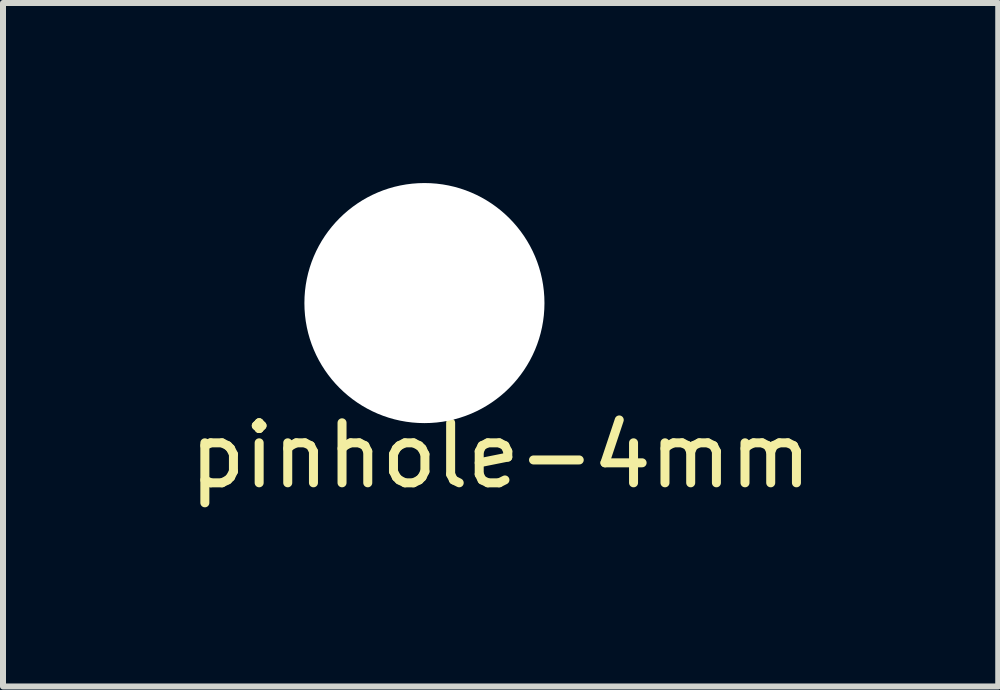
<source format=kicad_pcb>
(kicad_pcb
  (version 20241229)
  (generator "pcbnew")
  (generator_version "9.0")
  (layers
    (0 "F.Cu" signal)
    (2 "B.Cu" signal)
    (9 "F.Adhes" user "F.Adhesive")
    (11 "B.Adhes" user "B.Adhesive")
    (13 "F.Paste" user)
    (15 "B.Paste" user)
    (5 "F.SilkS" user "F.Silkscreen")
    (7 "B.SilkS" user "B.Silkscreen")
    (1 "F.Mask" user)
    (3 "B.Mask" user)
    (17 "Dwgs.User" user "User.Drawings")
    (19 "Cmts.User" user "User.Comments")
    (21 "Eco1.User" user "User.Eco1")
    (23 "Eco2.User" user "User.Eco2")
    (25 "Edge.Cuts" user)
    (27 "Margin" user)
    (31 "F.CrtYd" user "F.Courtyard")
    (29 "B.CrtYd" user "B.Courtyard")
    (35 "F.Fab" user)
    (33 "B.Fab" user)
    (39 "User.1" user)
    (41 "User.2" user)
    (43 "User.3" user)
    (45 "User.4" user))
  (footprint "pinhole-4mm"
    (layer "F.Cu")
    (at 4.022 2)
    (property "Reference" "pinhole-4mm" (at 1.27 2.54 0) (layer "F.SilkS") (effects (font (size 1 1) (thickness 0.15))))
    (attr through_hole)
    (pad "" np_thru_hole circle (at 0 0) (size 4 4) (drill 4) (layers "*.Cu")))
  (gr_rect
    (start -3 -3)
    (end 13.583 8.388)
    (stroke (width 0.1) (type default))
    (fill no)
    (layer "Edge.Cuts")))
</source>
